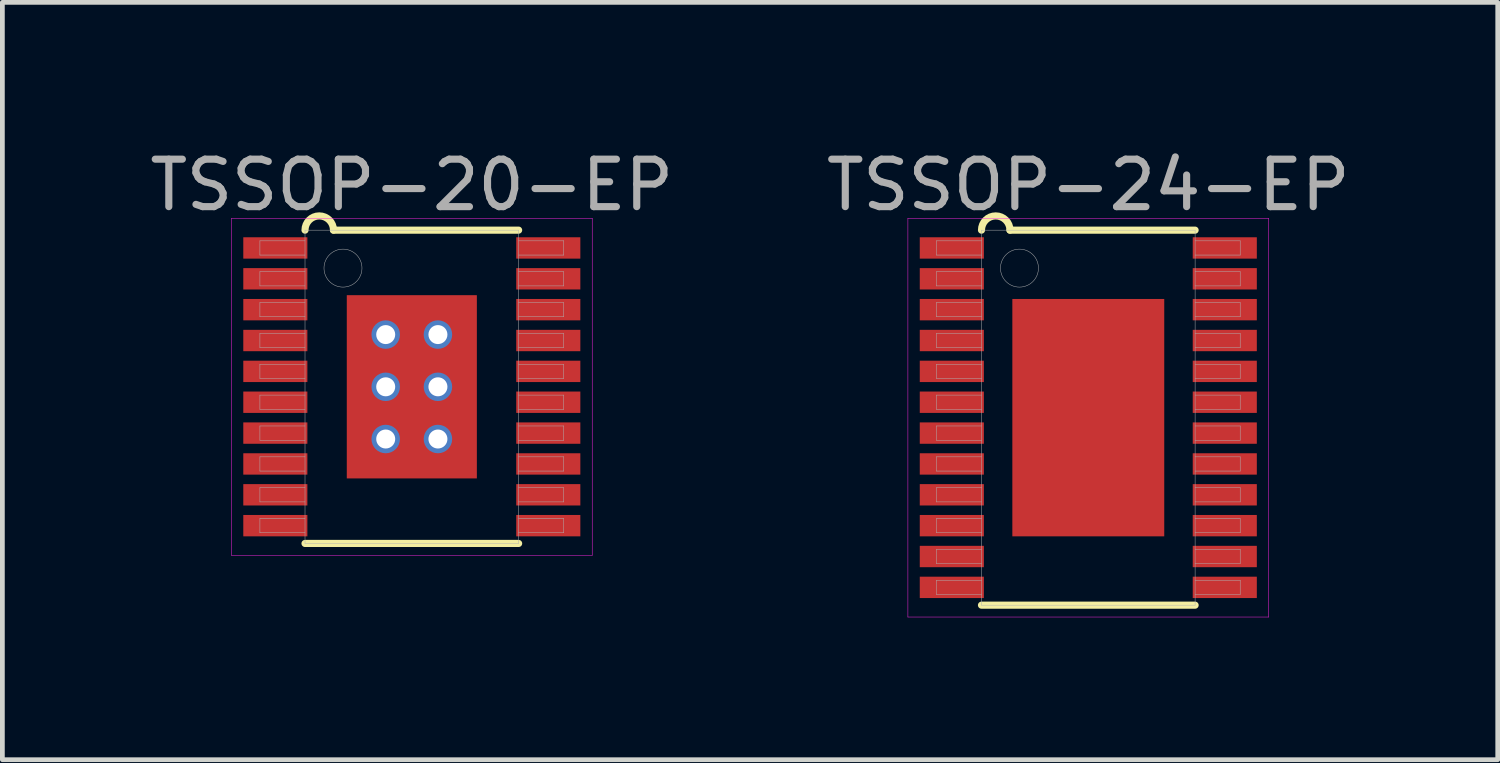
<source format=kicad_pcb>
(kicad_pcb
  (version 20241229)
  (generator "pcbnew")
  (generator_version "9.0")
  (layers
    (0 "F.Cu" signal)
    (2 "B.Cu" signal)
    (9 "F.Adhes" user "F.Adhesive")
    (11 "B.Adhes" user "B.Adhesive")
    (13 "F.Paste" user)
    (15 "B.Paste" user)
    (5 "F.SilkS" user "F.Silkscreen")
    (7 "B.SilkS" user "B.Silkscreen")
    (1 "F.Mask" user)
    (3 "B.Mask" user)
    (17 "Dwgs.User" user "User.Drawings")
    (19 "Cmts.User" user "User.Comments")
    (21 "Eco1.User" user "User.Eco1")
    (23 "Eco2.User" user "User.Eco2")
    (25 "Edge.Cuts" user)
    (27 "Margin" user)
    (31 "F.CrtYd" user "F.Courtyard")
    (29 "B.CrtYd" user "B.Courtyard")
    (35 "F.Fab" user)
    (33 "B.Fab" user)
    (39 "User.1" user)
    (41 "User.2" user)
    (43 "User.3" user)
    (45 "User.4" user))
  (footprint "TSSOP-24-EP"
    (layer "F.Cu")
    (at 19.875 5.748)
    (property "Reference" "TSSOP-24-EP" (at 0 -4.9 0) (layer "F.Fab") (effects (font (size 1 1) (thickness 0.15))))
    (attr smd)
    (fp_line (start -2.25 3.95) (end 2.25 3.95) (stroke (width 0.15) (type solid)) (layer "F.SilkS"))
    (fp_line (start -1.65 -3.95) (end 2.25 -3.95) (stroke (width 0.15) (type solid)) (layer "F.SilkS"))
    (fp_arc (start -2.25 -3.95) (mid -1.95 -4.25) (end -1.65 -3.95) (stroke (width 0.15) (type solid)) (layer "F.SilkS"))
    (fp_line (start -3.8 -4.2) (end 3.8 -4.2) (stroke (width 0.01) (type solid)) (layer "F.CrtYd"))
    (fp_line (start -3.8 4.2) (end -3.8 -4.2) (stroke (width 0.01) (type solid)) (layer "F.CrtYd"))
    (fp_line (start 3.8 -4.2) (end 3.8 4.2) (stroke (width 0.01) (type solid)) (layer "F.CrtYd"))
    (fp_line (start 3.8 4.2) (end -3.8 4.2) (stroke (width 0.01) (type solid)) (layer "F.CrtYd"))
    (fp_line (start -3.2 -3.725) (end -2.25 -3.725) (stroke (width 0.01) (type solid)) (layer "F.Fab"))
    (fp_line (start -3.2 -3.425) (end -3.2 -3.725) (stroke (width 0.01) (type solid)) (layer "F.Fab"))
    (fp_line (start -3.2 -3.075) (end -2.25 -3.075) (stroke (width 0.01) (type solid)) (layer "F.Fab"))
    (fp_line (start -3.2 -2.775) (end -3.2 -3.075) (stroke (width 0.01) (type solid)) (layer "F.Fab"))
    (fp_line (start -3.2 -2.425) (end -2.25 -2.425) (stroke (width 0.01) (type solid)) (layer "F.Fab"))
    (fp_line (start -3.2 -2.125) (end -3.2 -2.425) (stroke (width 0.01) (type solid)) (layer "F.Fab"))
    (fp_line (start -3.2 -1.775) (end -2.25 -1.775) (stroke (width 0.01) (type solid)) (layer "F.Fab"))
    (fp_line (start -3.2 -1.475) (end -3.2 -1.775) (stroke (width 0.01) (type solid)) (layer "F.Fab"))
    (fp_line (start -3.2 -1.125) (end -2.25 -1.125) (stroke (width 0.01) (type solid)) (layer "F.Fab"))
    (fp_line (start -3.2 -0.825) (end -3.2 -1.125) (stroke (width 0.01) (type solid)) (layer "F.Fab"))
    (fp_line (start -3.2 -0.475) (end -2.25 -0.475) (stroke (width 0.01) (type solid)) (layer "F.Fab"))
    (fp_line (start -3.2 -0.175) (end -3.2 -0.475) (stroke (width 0.01) (type solid)) (layer "F.Fab"))
    (fp_line (start -3.2 0.175) (end -2.25 0.175) (stroke (width 0.01) (type solid)) (layer "F.Fab"))
    (fp_line (start -3.2 0.475) (end -3.2 0.175) (stroke (width 0.01) (type solid)) (layer "F.Fab"))
    (fp_line (start -3.2 0.825) (end -2.25 0.825) (stroke (width 0.01) (type solid)) (layer "F.Fab"))
    (fp_line (start -3.2 1.125) (end -3.2 0.825) (stroke (width 0.01) (type solid)) (layer "F.Fab"))
    (fp_line (start -3.2 1.475) (end -2.25 1.475) (stroke (width 0.01) (type solid)) (layer "F.Fab"))
    (fp_line (start -3.2 1.775) (end -3.2 1.475) (stroke (width 0.01) (type solid)) (layer "F.Fab"))
    (fp_line (start -3.2 2.125) (end -2.25 2.125) (stroke (width 0.01) (type solid)) (layer "F.Fab"))
    (fp_line (start -3.2 2.425) (end -3.2 2.125) (stroke (width 0.01) (type solid)) (layer "F.Fab"))
    (fp_line (start -3.2 2.775) (end -2.25 2.775) (stroke (width 0.01) (type solid)) (layer "F.Fab"))
    (fp_line (start -3.2 3.075) (end -3.2 2.775) (stroke (width 0.01) (type solid)) (layer "F.Fab"))
    (fp_line (start -3.2 3.425) (end -2.25 3.425) (stroke (width 0.01) (type solid)) (layer "F.Fab"))
    (fp_line (start -3.2 3.725) (end -3.2 3.425) (stroke (width 0.01) (type solid)) (layer "F.Fab"))
    (fp_line (start -2.25 -3.95) (end 2.25 -3.95) (stroke (width 0.01) (type solid)) (layer "F.Fab"))
    (fp_line (start -2.25 -3.425) (end -3.2 -3.425) (stroke (width 0.01) (type solid)) (layer "F.Fab"))
    (fp_line (start -2.25 -2.775) (end -3.2 -2.775) (stroke (width 0.01) (type solid)) (layer "F.Fab"))
    (fp_line (start -2.25 -2.125) (end -3.2 -2.125) (stroke (width 0.01) (type solid)) (layer "F.Fab"))
    (fp_line (start -2.25 -1.475) (end -3.2 -1.475) (stroke (width 0.01) (type solid)) (layer "F.Fab"))
    (fp_line (start -2.25 -0.825) (end -3.2 -0.825) (stroke (width 0.01) (type solid)) (layer "F.Fab"))
    (fp_line (start -2.25 -0.175) (end -3.2 -0.175) (stroke (width 0.01) (type solid)) (layer "F.Fab"))
    (fp_line (start -2.25 0.475) (end -3.2 0.475) (stroke (width 0.01) (type solid)) (layer "F.Fab"))
    (fp_line (start -2.25 1.125) (end -3.2 1.125) (stroke (width 0.01) (type solid)) (layer "F.Fab"))
    (fp_line (start -2.25 1.775) (end -3.2 1.775) (stroke (width 0.01) (type solid)) (layer "F.Fab"))
    (fp_line (start -2.25 2.425) (end -3.2 2.425) (stroke (width 0.01) (type solid)) (layer "F.Fab"))
    (fp_line (start -2.25 3.075) (end -3.2 3.075) (stroke (width 0.01) (type solid)) (layer "F.Fab"))
    (fp_line (start -2.25 3.725) (end -3.2 3.725) (stroke (width 0.01) (type solid)) (layer "F.Fab"))
    (fp_line (start -2.25 3.95) (end -2.25 -3.95) (stroke (width 0.01) (type solid)) (layer "F.Fab"))
    (fp_line (start 2.25 -3.95) (end 2.25 3.95) (stroke (width 0.01) (type solid)) (layer "F.Fab"))
    (fp_line (start 2.25 -3.725) (end 3.2 -3.725) (stroke (width 0.01) (type solid)) (layer "F.Fab"))
    (fp_line (start 2.25 -3.075) (end 3.2 -3.075) (stroke (width 0.01) (type solid)) (layer "F.Fab"))
    (fp_line (start 2.25 -2.425) (end 3.2 -2.425) (stroke (width 0.01) (type solid)) (layer "F.Fab"))
    (fp_line (start 2.25 -1.775) (end 3.2 -1.775) (stroke (width 0.01) (type solid)) (layer "F.Fab"))
    (fp_line (start 2.25 -1.125) (end 3.2 -1.125) (stroke (width 0.01) (type solid)) (layer "F.Fab"))
    (fp_line (start 2.25 -0.475) (end 3.2 -0.475) (stroke (width 0.01) (type solid)) (layer "F.Fab"))
    (fp_line (start 2.25 0.175) (end 3.2 0.175) (stroke (width 0.01) (type solid)) (layer "F.Fab"))
    (fp_line (start 2.25 0.825) (end 3.2 0.825) (stroke (width 0.01) (type solid)) (layer "F.Fab"))
    (fp_line (start 2.25 1.475) (end 3.2 1.475) (stroke (width 0.01) (type solid)) (layer "F.Fab"))
    (fp_line (start 2.25 2.125) (end 3.2 2.125) (stroke (width 0.01) (type solid)) (layer "F.Fab"))
    (fp_line (start 2.25 2.775) (end 3.2 2.775) (stroke (width 0.01) (type solid)) (layer "F.Fab"))
    (fp_line (start 2.25 3.425) (end 3.2 3.425) (stroke (width 0.01) (type solid)) (layer "F.Fab"))
    (fp_line (start 2.25 3.95) (end -2.25 3.95) (stroke (width 0.01) (type solid)) (layer "F.Fab"))
    (fp_line (start 3.2 -3.725) (end 3.2 -3.425) (stroke (width 0.01) (type solid)) (layer "F.Fab"))
    (fp_line (start 3.2 -3.425) (end 2.25 -3.425) (stroke (width 0.01) (type solid)) (layer "F.Fab"))
    (fp_line (start 3.2 -3.075) (end 3.2 -2.775) (stroke (width 0.01) (type solid)) (layer "F.Fab"))
    (fp_line (start 3.2 -2.775) (end 2.25 -2.775) (stroke (width 0.01) (type solid)) (layer "F.Fab"))
    (fp_line (start 3.2 -2.425) (end 3.2 -2.125) (stroke (width 0.01) (type solid)) (layer "F.Fab"))
    (fp_line (start 3.2 -2.125) (end 2.25 -2.125) (stroke (width 0.01) (type solid)) (layer "F.Fab"))
    (fp_line (start 3.2 -1.775) (end 3.2 -1.475) (stroke (width 0.01) (type solid)) (layer "F.Fab"))
    (fp_line (start 3.2 -1.475) (end 2.25 -1.475) (stroke (width 0.01) (type solid)) (layer "F.Fab"))
    (fp_line (start 3.2 -1.125) (end 3.2 -0.825) (stroke (width 0.01) (type solid)) (layer "F.Fab"))
    (fp_line (start 3.2 -0.825) (end 2.25 -0.825) (stroke (width 0.01) (type solid)) (layer "F.Fab"))
    (fp_line (start 3.2 -0.475) (end 3.2 -0.175) (stroke (width 0.01) (type solid)) (layer "F.Fab"))
    (fp_line (start 3.2 -0.175) (end 2.25 -0.175) (stroke (width 0.01) (type solid)) (layer "F.Fab"))
    (fp_line (start 3.2 0.175) (end 3.2 0.475) (stroke (width 0.01) (type solid)) (layer "F.Fab"))
    (fp_line (start 3.2 0.475) (end 2.25 0.475) (stroke (width 0.01) (type solid)) (layer "F.Fab"))
    (fp_line (start 3.2 0.825) (end 3.2 1.125) (stroke (width 0.01) (type solid)) (layer "F.Fab"))
    (fp_line (start 3.2 1.125) (end 2.25 1.125) (stroke (width 0.01) (type solid)) (layer "F.Fab"))
    (fp_line (start 3.2 1.475) (end 3.2 1.775) (stroke (width 0.01) (type solid)) (layer "F.Fab"))
    (fp_line (start 3.2 1.775) (end 2.25 1.775) (stroke (width 0.01) (type solid)) (layer "F.Fab"))
    (fp_line (start 3.2 2.125) (end 3.2 2.425) (stroke (width 0.01) (type solid)) (layer "F.Fab"))
    (fp_line (start 3.2 2.425) (end 2.25 2.425) (stroke (width 0.01) (type solid)) (layer "F.Fab"))
    (fp_line (start 3.2 2.775) (end 3.2 3.075) (stroke (width 0.01) (type solid)) (layer "F.Fab"))
    (fp_line (start 3.2 3.075) (end 2.25 3.075) (stroke (width 0.01) (type solid)) (layer "F.Fab"))
    (fp_line (start 3.2 3.425) (end 3.2 3.725) (stroke (width 0.01) (type solid)) (layer "F.Fab"))
    (fp_line (start 3.2 3.725) (end 2.25 3.725) (stroke (width 0.01) (type solid)) (layer "F.Fab"))
    (fp_circle (center -1.45 -3.15) (end -1.45 -2.75) (stroke (width 0.01) (type solid)) (fill no) (layer "F.Fab"))
    (pad "" smd rect (at 0 -2) (size 2 1) (layers "F.Paste"))
    (pad "" smd rect (at 0 0) (size 2 1) (layers "F.Paste"))
    (pad "" smd rect (at 0 2) (size 2 1) (layers "F.Paste"))
    (pad "1" smd rect (at -2.875 -3.575) (size 1.35 0.45) (layers "F.Cu" "F.Mask" "F.Paste"))
    (pad "2" smd rect (at -2.875 -2.925) (size 1.35 0.45) (layers "F.Cu" "F.Mask" "F.Paste"))
    (pad "3" smd rect (at -2.875 -2.275) (size 1.35 0.45) (layers "F.Cu" "F.Mask" "F.Paste"))
    (pad "4" smd rect (at -2.875 -1.625) (size 1.35 0.45) (layers "F.Cu" "F.Mask" "F.Paste"))
    (pad "5" smd rect (at -2.875 -0.975) (size 1.35 0.45) (layers "F.Cu" "F.Mask" "F.Paste"))
    (pad "6" smd rect (at -2.875 -0.325) (size 1.35 0.45) (layers "F.Cu" "F.Mask" "F.Paste"))
    (pad "7" smd rect (at -2.875 0.325) (size 1.35 0.45) (layers "F.Cu" "F.Mask" "F.Paste"))
    (pad "8" smd rect (at -2.875 0.975) (size 1.35 0.45) (layers "F.Cu" "F.Mask" "F.Paste"))
    (pad "9" smd rect (at -2.875 1.625) (size 1.35 0.45) (layers "F.Cu" "F.Mask" "F.Paste"))
    (pad "10" smd rect (at -2.875 2.275) (size 1.35 0.45) (layers "F.Cu" "F.Mask" "F.Paste"))
    (pad "11" smd rect (at -2.875 2.925) (size 1.35 0.45) (layers "F.Cu" "F.Mask" "F.Paste"))
    (pad "12" smd rect (at -2.875 3.575) (size 1.35 0.45) (layers "F.Cu" "F.Mask" "F.Paste"))
    (pad "13" smd rect (at 2.875 3.575) (size 1.35 0.45) (layers "F.Cu" "F.Mask" "F.Paste"))
    (pad "14" smd rect (at 2.875 2.925) (size 1.35 0.45) (layers "F.Cu" "F.Mask" "F.Paste"))
    (pad "15" smd rect (at 2.875 2.275) (size 1.35 0.45) (layers "F.Cu" "F.Mask" "F.Paste"))
    (pad "16" smd rect (at 2.875 1.625) (size 1.35 0.45) (layers "F.Cu" "F.Mask" "F.Paste"))
    (pad "17" smd rect (at 2.875 0.975) (size 1.35 0.45) (layers "F.Cu" "F.Mask" "F.Paste"))
    (pad "18" smd rect (at 2.875 0.325) (size 1.35 0.45) (layers "F.Cu" "F.Mask" "F.Paste"))
    (pad "19" smd rect (at 2.875 -0.325) (size 1.35 0.45) (layers "F.Cu" "F.Mask" "F.Paste"))
    (pad "20" smd rect (at 2.875 -0.975) (size 1.35 0.45) (layers "F.Cu" "F.Mask" "F.Paste"))
    (pad "21" smd rect (at 2.875 -1.625) (size 1.35 0.45) (layers "F.Cu" "F.Mask" "F.Paste"))
    (pad "22" smd rect (at 2.875 -2.275) (size 1.35 0.45) (layers "F.Cu" "F.Mask" "F.Paste"))
    (pad "23" smd rect (at 2.875 -2.925) (size 1.35 0.45) (layers "F.Cu" "F.Mask" "F.Paste"))
    (pad "24" smd rect (at 2.875 -3.575) (size 1.35 0.45) (layers "F.Cu" "F.Mask" "F.Paste"))
    (pad "EP" smd rect (at 0 0) (size 3.2 5) (layers "F.Cu" "F.Mask")))
  (footprint "TSSOP-20-EP"
    (layer "F.Cu")
    (at 5.625 5.098)
    (property "Reference" "TSSOP-20-EP" (at 0 -4.25 0) (layer "F.Fab") (effects (font (size 1 1) (thickness 0.15))))
    (attr smd)
    (fp_line (start -2.25 3.3) (end 2.25 3.3) (stroke (width 0.15) (type solid)) (layer "F.SilkS"))
    (fp_line (start -1.65 -3.3) (end 2.25 -3.3) (stroke (width 0.15) (type solid)) (layer "F.SilkS"))
    (fp_arc (start -2.25 -3.3) (mid -1.95 -3.6) (end -1.65 -3.3) (stroke (width 0.15) (type solid)) (layer "F.SilkS"))
    (fp_line (start -3.8 -3.55) (end 3.8 -3.55) (stroke (width 0.01) (type solid)) (layer "F.CrtYd"))
    (fp_line (start -3.8 3.55) (end -3.8 -3.55) (stroke (width 0.01) (type solid)) (layer "F.CrtYd"))
    (fp_line (start 3.8 -3.55) (end 3.8 3.55) (stroke (width 0.01) (type solid)) (layer "F.CrtYd"))
    (fp_line (start 3.8 3.55) (end -3.8 3.55) (stroke (width 0.01) (type solid)) (layer "F.CrtYd"))
    (fp_line (start -3.2 -3.075) (end -2.25 -3.075) (stroke (width 0.01) (type solid)) (layer "F.Fab"))
    (fp_line (start -3.2 -2.775) (end -3.2 -3.075) (stroke (width 0.01) (type solid)) (layer "F.Fab"))
    (fp_line (start -3.2 -2.425) (end -2.25 -2.425) (stroke (width 0.01) (type solid)) (layer "F.Fab"))
    (fp_line (start -3.2 -2.125) (end -3.2 -2.425) (stroke (width 0.01) (type solid)) (layer "F.Fab"))
    (fp_line (start -3.2 -1.775) (end -2.25 -1.775) (stroke (width 0.01) (type solid)) (layer "F.Fab"))
    (fp_line (start -3.2 -1.475) (end -3.2 -1.775) (stroke (width 0.01) (type solid)) (layer "F.Fab"))
    (fp_line (start -3.2 -1.125) (end -2.25 -1.125) (stroke (width 0.01) (type solid)) (layer "F.Fab"))
    (fp_line (start -3.2 -0.825) (end -3.2 -1.125) (stroke (width 0.01) (type solid)) (layer "F.Fab"))
    (fp_line (start -3.2 -0.475) (end -2.25 -0.475) (stroke (width 0.01) (type solid)) (layer "F.Fab"))
    (fp_line (start -3.2 -0.175) (end -3.2 -0.475) (stroke (width 0.01) (type solid)) (layer "F.Fab"))
    (fp_line (start -3.2 0.175) (end -2.25 0.175) (stroke (width 0.01) (type solid)) (layer "F.Fab"))
    (fp_line (start -3.2 0.475) (end -3.2 0.175) (stroke (width 0.01) (type solid)) (layer "F.Fab"))
    (fp_line (start -3.2 0.825) (end -2.25 0.825) (stroke (width 0.01) (type solid)) (layer "F.Fab"))
    (fp_line (start -3.2 1.125) (end -3.2 0.825) (stroke (width 0.01) (type solid)) (layer "F.Fab"))
    (fp_line (start -3.2 1.475) (end -2.25 1.475) (stroke (width 0.01) (type solid)) (layer "F.Fab"))
    (fp_line (start -3.2 1.775) (end -3.2 1.475) (stroke (width 0.01) (type solid)) (layer "F.Fab"))
    (fp_line (start -3.2 2.125) (end -2.25 2.125) (stroke (width 0.01) (type solid)) (layer "F.Fab"))
    (fp_line (start -3.2 2.425) (end -3.2 2.125) (stroke (width 0.01) (type solid)) (layer "F.Fab"))
    (fp_line (start -3.2 2.775) (end -2.25 2.775) (stroke (width 0.01) (type solid)) (layer "F.Fab"))
    (fp_line (start -3.2 3.075) (end -3.2 2.775) (stroke (width 0.01) (type solid)) (layer "F.Fab"))
    (fp_line (start -2.25 -3.3) (end 2.25 -3.3) (stroke (width 0.01) (type solid)) (layer "F.Fab"))
    (fp_line (start -2.25 -2.775) (end -3.2 -2.775) (stroke (width 0.01) (type solid)) (layer "F.Fab"))
    (fp_line (start -2.25 -2.125) (end -3.2 -2.125) (stroke (width 0.01) (type solid)) (layer "F.Fab"))
    (fp_line (start -2.25 -1.475) (end -3.2 -1.475) (stroke (width 0.01) (type solid)) (layer "F.Fab"))
    (fp_line (start -2.25 -0.825) (end -3.2 -0.825) (stroke (width 0.01) (type solid)) (layer "F.Fab"))
    (fp_line (start -2.25 -0.175) (end -3.2 -0.175) (stroke (width 0.01) (type solid)) (layer "F.Fab"))
    (fp_line (start -2.25 0.475) (end -3.2 0.475) (stroke (width 0.01) (type solid)) (layer "F.Fab"))
    (fp_line (start -2.25 1.125) (end -3.2 1.125) (stroke (width 0.01) (type solid)) (layer "F.Fab"))
    (fp_line (start -2.25 1.775) (end -3.2 1.775) (stroke (width 0.01) (type solid)) (layer "F.Fab"))
    (fp_line (start -2.25 2.425) (end -3.2 2.425) (stroke (width 0.01) (type solid)) (layer "F.Fab"))
    (fp_line (start -2.25 3.075) (end -3.2 3.075) (stroke (width 0.01) (type solid)) (layer "F.Fab"))
    (fp_line (start -2.25 3.3) (end -2.25 -3.3) (stroke (width 0.01) (type solid)) (layer "F.Fab"))
    (fp_line (start 2.25 -3.3) (end 2.25 3.3) (stroke (width 0.01) (type solid)) (layer "F.Fab"))
    (fp_line (start 2.25 -3.075) (end 3.2 -3.075) (stroke (width 0.01) (type solid)) (layer "F.Fab"))
    (fp_line (start 2.25 -2.425) (end 3.2 -2.425) (stroke (width 0.01) (type solid)) (layer "F.Fab"))
    (fp_line (start 2.25 -1.775) (end 3.2 -1.775) (stroke (width 0.01) (type solid)) (layer "F.Fab"))
    (fp_line (start 2.25 -1.125) (end 3.2 -1.125) (stroke (width 0.01) (type solid)) (layer "F.Fab"))
    (fp_line (start 2.25 -0.475) (end 3.2 -0.475) (stroke (width 0.01) (type solid)) (layer "F.Fab"))
    (fp_line (start 2.25 0.175) (end 3.2 0.175) (stroke (width 0.01) (type solid)) (layer "F.Fab"))
    (fp_line (start 2.25 0.825) (end 3.2 0.825) (stroke (width 0.01) (type solid)) (layer "F.Fab"))
    (fp_line (start 2.25 1.475) (end 3.2 1.475) (stroke (width 0.01) (type solid)) (layer "F.Fab"))
    (fp_line (start 2.25 2.125) (end 3.2 2.125) (stroke (width 0.01) (type solid)) (layer "F.Fab"))
    (fp_line (start 2.25 2.775) (end 3.2 2.775) (stroke (width 0.01) (type solid)) (layer "F.Fab"))
    (fp_line (start 2.25 3.3) (end -2.25 3.3) (stroke (width 0.01) (type solid)) (layer "F.Fab"))
    (fp_line (start 3.2 -3.075) (end 3.2 -2.775) (stroke (width 0.01) (type solid)) (layer "F.Fab"))
    (fp_line (start 3.2 -2.775) (end 2.25 -2.775) (stroke (width 0.01) (type solid)) (layer "F.Fab"))
    (fp_line (start 3.2 -2.425) (end 3.2 -2.125) (stroke (width 0.01) (type solid)) (layer "F.Fab"))
    (fp_line (start 3.2 -2.125) (end 2.25 -2.125) (stroke (width 0.01) (type solid)) (layer "F.Fab"))
    (fp_line (start 3.2 -1.775) (end 3.2 -1.475) (stroke (width 0.01) (type solid)) (layer "F.Fab"))
    (fp_line (start 3.2 -1.475) (end 2.25 -1.475) (stroke (width 0.01) (type solid)) (layer "F.Fab"))
    (fp_line (start 3.2 -1.125) (end 3.2 -0.825) (stroke (width 0.01) (type solid)) (layer "F.Fab"))
    (fp_line (start 3.2 -0.825) (end 2.25 -0.825) (stroke (width 0.01) (type solid)) (layer "F.Fab"))
    (fp_line (start 3.2 -0.475) (end 3.2 -0.175) (stroke (width 0.01) (type solid)) (layer "F.Fab"))
    (fp_line (start 3.2 -0.175) (end 2.25 -0.175) (stroke (width 0.01) (type solid)) (layer "F.Fab"))
    (fp_line (start 3.2 0.175) (end 3.2 0.475) (stroke (width 0.01) (type solid)) (layer "F.Fab"))
    (fp_line (start 3.2 0.475) (end 2.25 0.475) (stroke (width 0.01) (type solid)) (layer "F.Fab"))
    (fp_line (start 3.2 0.825) (end 3.2 1.125) (stroke (width 0.01) (type solid)) (layer "F.Fab"))
    (fp_line (start 3.2 1.125) (end 2.25 1.125) (stroke (width 0.01) (type solid)) (layer "F.Fab"))
    (fp_line (start 3.2 1.475) (end 3.2 1.775) (stroke (width 0.01) (type solid)) (layer "F.Fab"))
    (fp_line (start 3.2 1.775) (end 2.25 1.775) (stroke (width 0.01) (type solid)) (layer "F.Fab"))
    (fp_line (start 3.2 2.125) (end 3.2 2.425) (stroke (width 0.01) (type solid)) (layer "F.Fab"))
    (fp_line (start 3.2 2.425) (end 2.25 2.425) (stroke (width 0.01) (type solid)) (layer "F.Fab"))
    (fp_line (start 3.2 2.775) (end 3.2 3.075) (stroke (width 0.01) (type solid)) (layer "F.Fab"))
    (fp_line (start 3.2 3.075) (end 2.25 3.075) (stroke (width 0.01) (type solid)) (layer "F.Fab"))
    (fp_circle (center -1.45 -2.5) (end -1.45 -2.1) (stroke (width 0.01) (type solid)) (fill no) (layer "F.Fab"))
    (pad "" smd rect (at 0 -1) (size 2.2 1.5) (layers "F.Mask"))
    (pad "" smd rect (at 0 -1) (size 2.2 1.5) (layers "F.Paste"))
    (pad "" smd rect (at 0 1) (size 2.2 1.5) (layers "F.Mask"))
    (pad "" smd rect (at 0 1) (size 2.2 1.5) (layers "F.Paste"))
    (pad "1" smd rect (at -2.875 -2.925) (size 1.35 0.45) (layers "F.Cu" "F.Mask" "F.Paste"))
    (pad "2" smd rect (at -2.875 -2.275) (size 1.35 0.45) (layers "F.Cu" "F.Mask" "F.Paste"))
    (pad "3" smd rect (at -2.875 -1.625) (size 1.35 0.45) (layers "F.Cu" "F.Mask" "F.Paste"))
    (pad "4" smd rect (at -2.875 -0.975) (size 1.35 0.45) (layers "F.Cu" "F.Mask" "F.Paste"))
    (pad "5" smd rect (at -2.875 -0.325) (size 1.35 0.45) (layers "F.Cu" "F.Mask" "F.Paste"))
    (pad "6" smd rect (at -2.875 0.325) (size 1.35 0.45) (layers "F.Cu" "F.Mask" "F.Paste"))
    (pad "7" smd rect (at -2.875 0.975) (size 1.35 0.45) (layers "F.Cu" "F.Mask" "F.Paste"))
    (pad "8" smd rect (at -2.875 1.625) (size 1.35 0.45) (layers "F.Cu" "F.Mask" "F.Paste"))
    (pad "9" smd rect (at -2.875 2.275) (size 1.35 0.45) (layers "F.Cu" "F.Mask" "F.Paste"))
    (pad "10" smd rect (at -2.875 2.925) (size 1.35 0.45) (layers "F.Cu" "F.Mask" "F.Paste"))
    (pad "11" smd rect (at 2.875 2.925) (size 1.35 0.45) (layers "F.Cu" "F.Mask" "F.Paste"))
    (pad "12" smd rect (at 2.875 2.275) (size 1.35 0.45) (layers "F.Cu" "F.Mask" "F.Paste"))
    (pad "13" smd rect (at 2.875 1.625) (size 1.35 0.45) (layers "F.Cu" "F.Mask" "F.Paste"))
    (pad "14" smd rect (at 2.875 0.975) (size 1.35 0.45) (layers "F.Cu" "F.Mask" "F.Paste"))
    (pad "15" smd rect (at 2.875 0.325) (size 1.35 0.45) (layers "F.Cu" "F.Mask" "F.Paste"))
    (pad "16" smd rect (at 2.875 -0.325) (size 1.35 0.45) (layers "F.Cu" "F.Mask" "F.Paste"))
    (pad "17" smd rect (at 2.875 -0.975) (size 1.35 0.45) (layers "F.Cu" "F.Mask" "F.Paste"))
    (pad "18" smd rect (at 2.875 -1.625) (size 1.35 0.45) (layers "F.Cu" "F.Mask" "F.Paste"))
    (pad "19" smd rect (at 2.875 -2.275) (size 1.35 0.45) (layers "F.Cu" "F.Mask" "F.Paste"))
    (pad "20" smd rect (at 2.875 -2.925) (size 1.35 0.45) (layers "F.Cu" "F.Mask" "F.Paste"))
    (pad "EP" thru_hole circle (at -0.55 -1.1) (size 0.6 0.6) (drill 0.4) (layers "*.Cu"))
    (pad "EP" thru_hole circle (at -0.55 0) (size 0.6 0.6) (drill 0.4) (layers "*.Cu"))
    (pad "EP" thru_hole circle (at -0.55 1.1) (size 0.6 0.6) (drill 0.4) (layers "*.Cu"))
    (pad "EP" smd rect (at 0 0) (size 2.74 3.86) (layers "F.Cu"))
    (pad "EP" thru_hole circle (at 0.55 -1.1) (size 0.6 0.6) (drill 0.4) (layers "*.Cu"))
    (pad "EP" thru_hole circle (at 0.55 0) (size 0.6 0.6) (drill 0.4) (layers "*.Cu"))
    (pad "EP" thru_hole circle (at 0.55 1.1) (size 0.6 0.6) (drill 0.4) (layers "*.Cu")))
  (gr_rect
    (start -3 -3)
    (end 28.5 12.953)
    (stroke (width 0.1) (type default))
    (fill no)
    (layer "Edge.Cuts")))
</source>
